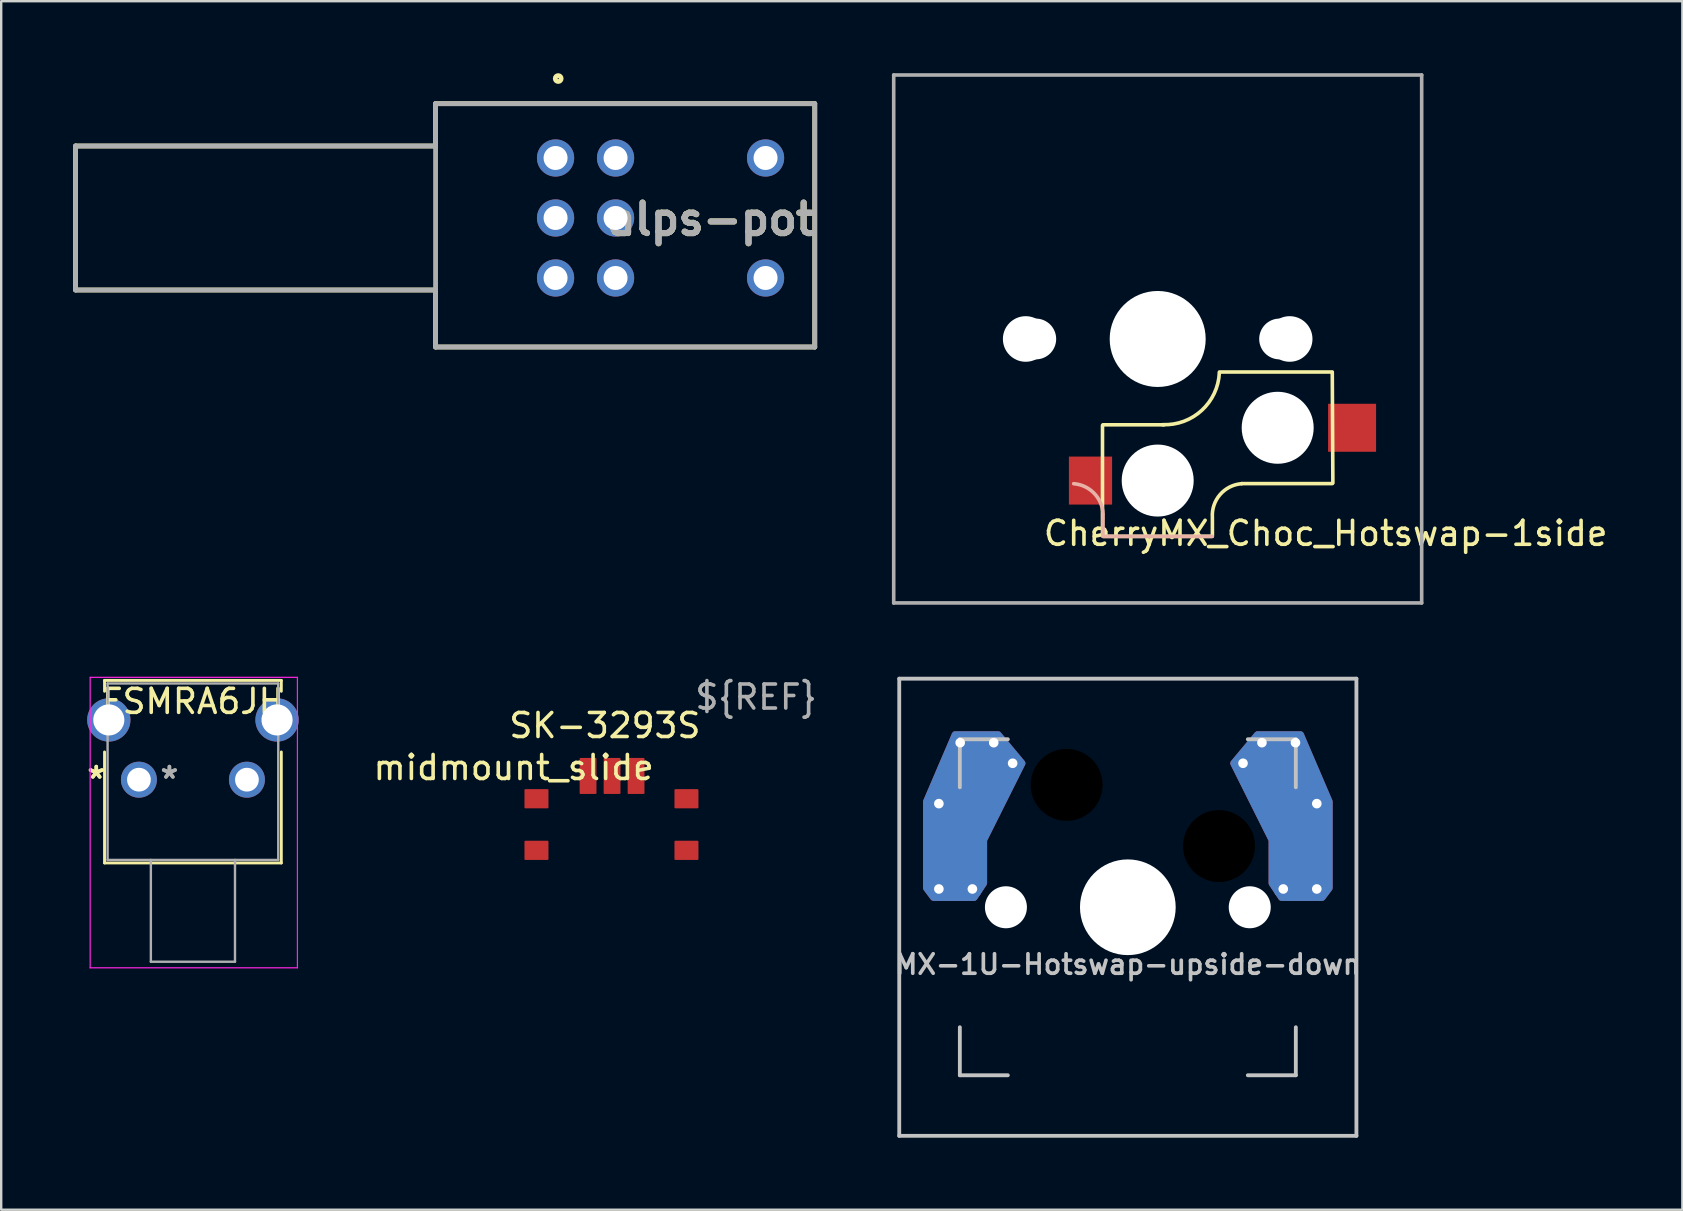
<source format=kicad_pcb>
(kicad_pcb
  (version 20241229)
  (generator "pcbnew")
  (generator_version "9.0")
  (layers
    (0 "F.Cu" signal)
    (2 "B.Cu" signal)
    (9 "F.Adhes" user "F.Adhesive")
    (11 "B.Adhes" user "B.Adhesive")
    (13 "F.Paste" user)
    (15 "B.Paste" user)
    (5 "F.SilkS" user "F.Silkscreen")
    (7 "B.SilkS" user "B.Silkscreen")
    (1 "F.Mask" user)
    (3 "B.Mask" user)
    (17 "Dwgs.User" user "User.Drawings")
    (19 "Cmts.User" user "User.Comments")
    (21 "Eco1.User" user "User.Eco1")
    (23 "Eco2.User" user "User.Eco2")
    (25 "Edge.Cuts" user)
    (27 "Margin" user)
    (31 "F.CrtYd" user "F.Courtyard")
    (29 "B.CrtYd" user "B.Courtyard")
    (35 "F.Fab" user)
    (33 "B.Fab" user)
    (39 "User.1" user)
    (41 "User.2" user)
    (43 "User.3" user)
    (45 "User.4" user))
  (footprint "CherryMX_Choc_Hotswap-1side"
    (layer "F.Cu")
    (at 45.19 11.075)
    (property "Reference" "CherryMX_Choc_Hotswap-1side" (at 7 8.1 0) (layer "F.SilkS") (effects (font (size 1 1) (thickness 0.15))))
    (attr through_hole)
    (fp_line (start -2.3 3.6) (end -2.3 8.2) (stroke (width 0.15) (type solid)) (layer "F.SilkS"))
    (fp_line (start -2.275 3.575) (end 0.275 3.575) (stroke (width 0.15) (type solid)) (layer "F.SilkS"))
    (fp_line (start -2.275 8.225) (end 2.275 8.225) (stroke (width 0.15) (type solid)) (layer "F.SilkS"))
    (fp_line (start 2.28 7.5) (end 2.28 8.2) (stroke (width 0.15) (type solid)) (layer "F.SilkS"))
    (fp_line (start 2.575 1.375) (end 7.275 1.375) (stroke (width 0.15) (type solid)) (layer "F.SilkS"))
    (fp_line (start 3.5 6.025) (end 7.275 6.025) (stroke (width 0.15) (type solid)) (layer "F.SilkS"))
    (fp_line (start 7.275 1.4) (end 7.3 6) (stroke (width 0.15) (type solid)) (layer "F.SilkS"))
    (fp_arc (start 2.28 7.45) (mid 2.595908 6.48733) (end 3.5 6.03) (stroke (width 0.15) (type solid)) (layer "F.SilkS"))
    (fp_arc (start 2.57 1.4) (mid 1.834422 2.975843) (end 0.2 3.57) (stroke (width 0.15) (type solid)) (layer "F.SilkS"))
    (fp_line (start -2.28 7.5) (end -2.28 8.2) (stroke (width 0.15) (type solid)) (layer "B.SilkS"))
    (fp_line (start 2.275 8.225) (end -2.275 8.225) (stroke (width 0.15) (type solid)) (layer "B.SilkS"))
    (fp_arc (start -3.5 6.03) (mid -2.595908 6.48733) (end -2.28 7.45) (stroke (width 0.15) (type solid)) (layer "B.SilkS"))
    (fp_line (start -9 -9) (end 9 -9) (stroke (width 0.15) (type solid)) (layer "Eco2.User"))
    (fp_line (start -9 9) (end -9 -9) (stroke (width 0.15) (type solid)) (layer "Eco2.User"))
    (fp_line (start -7 -7) (end 7 -7) (stroke (width 0.15) (type solid)) (layer "Eco2.User"))
    (fp_line (start -7 7) (end -7 -7) (stroke (width 0.15) (type solid)) (layer "Eco2.User"))
    (fp_line (start 7 -7) (end 7 7) (stroke (width 0.15) (type solid)) (layer "Eco2.User"))
    (fp_line (start 7 7) (end -7 7) (stroke (width 0.15) (type solid)) (layer "Eco2.User"))
    (fp_line (start 9 -9) (end 9 9) (stroke (width 0.15) (type solid)) (layer "Eco2.User"))
    (fp_line (start 9 9) (end -9 9) (stroke (width 0.15) (type solid)) (layer "Eco2.User"))
    (fp_line (start -11 -11) (end -11 11) (stroke (width 0.15) (type solid)) (layer "F.Fab"))
    (fp_line (start -11 11) (end 11 11) (stroke (width 0.15) (type solid)) (layer "F.Fab"))
    (fp_line (start 11 -11) (end -11 -11) (stroke (width 0.15) (type solid)) (layer "F.Fab"))
    (fp_line (start 11 11) (end 11 -11) (stroke (width 0.15) (type solid)) (layer "F.Fab"))
    (pad "" np_thru_hole circle (at -5.5 0 90) (size 1.9 1.9) (drill 1.9) (layers "*.Cu" "*.Mask"))
    (pad "" np_thru_hole circle (at -5.08 0) (size 1.7 1.7) (drill 1.7) (layers "*.Cu" "*.Mask"))
    (pad "" np_thru_hole circle (at 0 0 90) (size 4 4) (drill 4) (layers "*.Cu" "*.Mask"))
    (pad "" np_thru_hole circle (at 0 5.9 90) (size 3 3) (drill 3) (layers "*.Cu" "*.Mask"))
    (pad "" np_thru_hole circle (at 5 3.7 270) (size 3 3) (drill 3) (layers "*.Cu" "*.Mask"))
    (pad "" np_thru_hole circle (at 5.08 0) (size 1.7 1.7) (drill 1.7) (layers "*.Cu" "*.Mask"))
    (pad "" np_thru_hole circle (at 5.5 0 90) (size 1.9 1.9) (drill 1.9) (layers "*.Cu" "*.Mask"))
    (pad "1" smd rect (at -2.8 5.9 180) (size 1.8 2) (layers "F.Cu" "F.Mask" "F.Paste"))
    (pad "2" smd rect (at 8.1 3.7 180) (size 2 2) (layers "F.Cu" "F.Mask" "F.Paste")))
  (footprint "midmount_slide"
    (layer "F.Cu")
    (at 21.104 28.783)
    (property "Reference" "midmount_slide" (at -2.75 0.15 0) (unlocked yes) (layer "F.SilkS") (effects (font (size 1 1) (thickness 0.15))))
    (attr smd)
    (fp_line (start -1.25 2.1) (end -1.25 1.3) (stroke (width 0.1) (type solid)) (layer "User.1"))
    (fp_line (start -1.25 2.1) (end -1.25 4) (stroke (width 0.1) (type solid)) (layer "User.1"))
    (fp_line (start -1.25 4) (end 3.9 4) (stroke (width 0.1) (type solid)) (layer "User.1"))
    (fp_line (start 1.35 1.3) (end -1.25 1.3) (stroke (width 0.1) (type solid)) (layer "User.1"))
    (fp_line (start 1.35 1.3) (end 3.9 1.3) (stroke (width 0.1) (type solid)) (layer "User.1"))
    (fp_line (start 3.9 1.3) (end 3.9 1.35) (stroke (width 0.1) (type solid)) (layer "User.1"))
    (fp_line (start 3.9 2.575) (end 3.9 1.325) (stroke (width 0.1) (type solid)) (layer "User.1"))
    (fp_line (start 3.9 2.6) (end 3.9 4) (stroke (width 0.1) (type solid)) (layer "User.1"))
    (fp_text user "SK-3293S" (at 1.05 -1.6 0) (unlocked yes) (layer "F.SilkS") (effects (font (size 1 1) (thickness 0.15))))
    (fp_text user "${REF}" (at 7.35 -2.785 0) (unlocked yes) (layer "F.Fab") (effects (font (size 1 1) (thickness 0.15))))
    (pad "1" smd roundrect (at 0.35 0.5 180) (size 0.7 1.5) (layers "F.Cu" "F.Mask" "F.Paste") (roundrect_rratio 0.05))
    (pad "2" smd roundrect (at 1.35 0.5 180) (size 0.7 1.5) (layers "F.Cu" "F.Mask" "F.Paste") (roundrect_rratio 0.05))
    (pad "3" smd roundrect (at 2.35 0.5 180) (size 0.7 1.5) (layers "F.Cu" "F.Mask" "F.Paste") (roundrect_rratio 0.05))
    (pad "4" smd roundrect (at -1.8 1.45) (size 1 0.8) (layers "F.Cu" "F.Mask" "F.Paste") (roundrect_rratio 0.05))
    (pad "4" smd roundrect (at -1.8 3.6) (size 1 0.8) (layers "F.Cu" "F.Mask" "F.Paste") (roundrect_rratio 0.05))
    (pad "4" smd roundrect (at 4.45 1.45) (size 1 0.8) (layers "F.Cu" "F.Mask" "F.Paste") (roundrect_rratio 0.05))
    (pad "4" smd roundrect (at 4.45 3.6) (size 1 0.8) (layers "F.Cu" "F.Mask" "F.Paste") (roundrect_rratio 0.05)))
  (footprint "MX-1U-Hotswap-upside-down"
    (layer "F.Cu")
    (at 43.946 34.755)
    (property "Reference" "MX-1U-Hotswap-upside-down" (at 0 2.381 0) (layer "Dwgs.User") (effects (font (size 0.813 0.813) (thickness 0.152))))
    (attr through_hole)
    (fp_line (start -9.525 -9.525) (end 9.525 -9.525) (stroke (width 0.16) (type solid)) (layer "Dwgs.User"))
    (fp_line (start -9.525 9.525) (end -9.525 -9.525) (stroke (width 0.16) (type solid)) (layer "Dwgs.User"))
    (fp_line (start -7 -7) (end -7 -5) (stroke (width 0.16) (type solid)) (layer "Dwgs.User"))
    (fp_line (start -7 5) (end -7 7) (stroke (width 0.16) (type solid)) (layer "Dwgs.User"))
    (fp_line (start -7 7) (end -5 7) (stroke (width 0.16) (type solid)) (layer "Dwgs.User"))
    (fp_line (start -5 -7) (end -7 -7) (stroke (width 0.16) (type solid)) (layer "Dwgs.User"))
    (fp_line (start 5 -7) (end 7 -7) (stroke (width 0.16) (type solid)) (layer "Dwgs.User"))
    (fp_line (start 5 7) (end 7 7) (stroke (width 0.16) (type solid)) (layer "Dwgs.User"))
    (fp_line (start 7 -7) (end 7 -5) (stroke (width 0.16) (type solid)) (layer "Dwgs.User"))
    (fp_line (start 7 7) (end 7 5) (stroke (width 0.16) (type solid)) (layer "Dwgs.User"))
    (fp_line (start 9.525 -9.525) (end 9.525 9.525) (stroke (width 0.16) (type solid)) (layer "Dwgs.User"))
    (fp_line (start 9.525 9.525) (end -9.525 9.525) (stroke (width 0.16) (type solid)) (layer "Dwgs.User"))
    (fp_line (start -1.191 -1.191) (end 1.191 1.191) (stroke (width 0.16) (type solid)) (layer "Cmts.User"))
    (fp_line (start -1.191 1.191) (end 1.191 -1.191) (stroke (width 0.16) (type solid)) (layer "Cmts.User"))
    (pad "" np_thru_hole circle (at -5.08 0 48) (size 1.75 1.75) (drill 1.75) (layers "*.Cu" "*.Mask"))
    (pad "" np_thru_hole circle (at -2.55 -5.1) (size 3 3) (drill 3) (layers "*.Mask"))
    (pad "" np_thru_hole circle (at 0 0) (size 3.988 3.988) (drill 3.988) (layers "*.Cu" "*.Mask"))
    (pad "" np_thru_hole circle (at 3.8 -2.55) (size 3 3) (drill 3) (layers "*.Mask"))
    (pad "" np_thru_hole circle (at 5.08 0 48) (size 1.75 1.75) (drill 1.75) (layers "*.Cu" "*.Mask"))
    (pad "1" thru_hole circle (at -7.874 -4.318) (size 0.8 0.8) (drill 0.4) (layers "*.Cu"))
    (pad "1" thru_hole circle (at -7.874 -0.762) (size 0.8 0.8) (drill 0.4) (layers "*.Cu"))
    (pad "1" smd custom (at -7.285 -2.54 180) (size 2.35 2.5) (layers "B.Cu") (options (anchor rect)) (primitives (gr_poly (pts (xy 1.115 -1.74) (xy 1.115 1.86) (xy -0.085 4.66) (xy -1.885 4.66) (xy -2.885 3.46) (xy -1.285 0.26) (xy -1.285 -1.54) (xy -0.885 -2.14) (xy 0.815 -2.14)) (width 0.27) (fill yes))))
    (pad "1" smd rect (at -7.2 -2.54 180) (size 2.35 2.5) (layers "B.Cu" "B.Mask" "B.Paste"))
    (pad "1" thru_hole circle (at -6.985 -6.858) (size 0.8 0.8) (drill 0.4) (layers "*.Cu"))
    (pad "1" smd custom (at -6.499 -5.067 180) (size 2.15 2.5) (layers "F.Cu") (options (anchor rect)) (primitives (gr_poly (pts (xy 1.901 -4.267) (xy 1.901 -0.667) (xy 0.701 2.133) (xy -1.099 2.133) (xy -2.099 0.933) (xy -0.499 -2.267) (xy -0.499 -4.067) (xy -0.099 -4.667) (xy 1.601 -4.667)) (width 0.27) (fill yes))))
    (pad "1" thru_hole circle (at -6.477 -0.762) (size 0.8 0.8) (drill 0.4) (layers "*.Cu"))
    (pad "1" smd rect (at -6.399 -5.067 180) (size 2.15 2.5) (layers "F.Cu" "F.Mask" "F.Paste"))
    (pad "1" thru_hole circle (at -5.588 -6.858) (size 0.8 0.8) (drill 0.4) (layers "*.Cu"))
    (pad "1" thru_hole circle (at -4.8 -6) (size 0.8 0.8) (drill 0.4) (layers "*.Cu"))
    (pad "2" thru_hole circle (at 4.8 -6) (size 0.8 0.8) (drill 0.4) (layers "*.Cu"))
    (pad "2" thru_hole circle (at 5.588 -6.858) (size 0.8 0.8) (drill 0.4) (layers "*.Cu"))
    (pad "2" smd rect (at 6.425 -5.067) (size 2.15 2.5) (layers "B.Cu" "B.Mask" "B.Paste"))
    (pad "2" smd custom (at 6.425 -5.067 180) (size 2.15 2.5) (layers "B.Cu") (options (anchor rect)) (primitives (gr_poly (pts (xy 0.425 -4.067) (xy 0.425 -2.267) (xy 2.025 0.933) (xy 1.025 2.133) (xy -0.775 2.133) (xy -1.975 -0.667) (xy -1.975 -4.267) (xy -1.675 -4.667) (xy 0.025 -4.667)) (width 0.27) (fill yes))))
    (pad "2" thru_hole circle (at 6.477 -0.762) (size 0.8 0.8) (drill 0.4) (layers "*.Cu"))
    (pad "2" thru_hole circle (at 6.985 -6.858) (size 0.8 0.8) (drill 0.4) (layers "*.Cu"))
    (pad "2" smd rect (at 7.212 -2.54) (size 2.35 2.5) (layers "F.Cu" "F.Mask" "F.Paste"))
    (pad "2" smd custom (at 7.212 -2.54 180) (size 2.35 2.5) (layers "F.Cu") (options (anchor rect)) (primitives (gr_poly (pts (xy 1.212 -1.54) (xy 1.212 0.26) (xy 2.812 3.46) (xy 1.812 4.66) (xy 0.012 4.66) (xy -1.188 1.86) (xy -1.188 -1.74) (xy -0.888 -2.14) (xy 0.812 -2.14)) (width 0.27) (fill yes))))
    (pad "2" thru_hole circle (at 7.874 -4.318) (size 0.8 0.8) (drill 0.4) (layers "*.Cu"))
    (pad "2" thru_hole circle (at 7.874 -0.762) (size 0.8 0.8) (drill 0.4) (layers "*.Cu")))
  (footprint "alps-pot"
    (layer "F.Cu")
    (at 15.1 6.033 180)
    (property "Reference" "alps-pot" (at -11.467 -0.054 0) (layer "F.SilkS") (effects (font (size 1.27 1.27) (thickness 0.254))))
    (attr through_hole)
    (fp_line (start 15 3) (end 15 -3) (stroke (width 0.2) (type solid)) (layer "F.SilkS"))
    (fp_line (start 15 -3) (end 0 -3) (stroke (width 0.2) (type solid)) (layer "F.SilkS"))
    (fp_line (start 0 4.764) (end 0 3) (stroke (width 0.2) (type solid)) (layer "F.SilkS"))
    (fp_line (start 0 3) (end 15 3) (stroke (width 0.2) (type solid)) (layer "F.SilkS"))
    (fp_line (start 0 -3) (end 0 -5.377) (stroke (width 0.2) (type solid)) (layer "F.SilkS"))
    (fp_line (start 0 -5.377) (end -15.8 -5.377) (stroke (width 0.2) (type solid)) (layer "F.SilkS"))
    (fp_line (start -15.8 4.764) (end 0 4.764) (stroke (width 0.2) (type solid)) (layer "F.SilkS"))
    (fp_line (start -15.8 -5.377) (end -15.8 4.764) (stroke (width 0.2) (type solid)) (layer "F.SilkS"))
    (fp_circle (center -5.11 5.81) (end -5.11 5.933) (stroke (width 0.2) (type solid)) (fill no) (layer "F.SilkS"))
    (fp_line (start 15 3) (end 0 3) (stroke (width 0.2) (type solid)) (layer "F.Fab"))
    (fp_line (start 15 -3) (end 15 3) (stroke (width 0.2) (type solid)) (layer "F.Fab"))
    (fp_line (start 0 4.764) (end -15.8 4.764) (stroke (width 0.2) (type solid)) (layer "F.Fab"))
    (fp_line (start 0 -3) (end 15 -3) (stroke (width 0.2) (type solid)) (layer "F.Fab"))
    (fp_line (start 0 -5.377) (end 0 4.764) (stroke (width 0.2) (type solid)) (layer "F.Fab"))
    (fp_line (start -15.8 4.764) (end -15.8 -5.377) (stroke (width 0.2) (type solid)) (layer "F.Fab"))
    (fp_line (start -15.8 -5.377) (end 0 -5.377) (stroke (width 0.2) (type solid)) (layer "F.Fab"))
    (fp_text user "${REFERENCE}" (at -11.467 -0.054 0) (layer "F.Fab") (effects (font (size 1.27 1.27) (thickness 0.254))))
    (pad "1" thru_hole circle (at -5 2.5 180) (size 1.55 1.55) (drill 1) (layers "*.Cu" "*.Mask"))
    (pad "2" thru_hole circle (at -5 0 180) (size 1.55 1.55) (drill 1) (layers "*.Cu" "*.Mask"))
    (pad "3" thru_hole circle (at -5 -2.5 180) (size 1.55 1.55) (drill 1) (layers "*.Cu" "*.Mask"))
    (pad "4" thru_hole circle (at -7.5 2.5 180) (size 1.55 1.55) (drill 1) (layers "*.Cu" "*.Mask"))
    (pad "5" thru_hole circle (at -7.5 0 180) (size 1.55 1.55) (drill 1) (layers "*.Cu" "*.Mask"))
    (pad "6" thru_hole circle (at -7.5 -2.5 180) (size 1.55 1.55) (drill 1) (layers "*.Cu" "*.Mask"))
    (pad "7" thru_hole circle (at -13.75 2.5 180) (size 1.55 1.55) (drill 1) (layers "*.Cu" "*.Mask"))
    (pad "8" thru_hole circle (at -13.75 -2.5 180) (size 1.55 1.55) (drill 1) (layers "*.Cu" "*.Mask")))
  (footprint "FSMRA6JH"
    (layer "F.Cu")
    (at 2.739 29.439)
    (property "Reference" "FSMRA6JH" (at 2.25 -3.261 0) (layer "F.SilkS") (effects (font (size 1 1) (thickness 0.15))))
    (attr through_hole)
    (fp_line (start -1.433 -4.137) (end -1.433 -3.683) (stroke (width 0.12) (type solid)) (layer "F.SilkS"))
    (fp_line (start -1.433 -1.156) (end -1.433 3.47) (stroke (width 0.12) (type solid)) (layer "F.SilkS"))
    (fp_line (start -1.433 3.47) (end 5.933 3.47) (stroke (width 0.12) (type solid)) (layer "F.SilkS"))
    (fp_line (start 5.933 -4.137) (end -1.433 -4.137) (stroke (width 0.12) (type solid)) (layer "F.SilkS"))
    (fp_line (start 5.933 -3.683) (end 5.933 -4.137) (stroke (width 0.12) (type solid)) (layer "F.SilkS"))
    (fp_line (start 5.933 3.47) (end 5.933 -1.156) (stroke (width 0.12) (type solid)) (layer "F.SilkS"))
    (fp_line (start -2.032 -4.264) (end -2.032 7.839) (stroke (width 0.05) (type solid)) (layer "F.CrtYd"))
    (fp_line (start -2.032 7.839) (end 6.604 7.839) (stroke (width 0.05) (type solid)) (layer "F.CrtYd"))
    (fp_line (start 6.604 -4.264) (end -2.032 -4.264) (stroke (width 0.05) (type solid)) (layer "F.CrtYd"))
    (fp_line (start 6.604 7.839) (end 6.604 -4.264) (stroke (width 0.05) (type solid)) (layer "F.CrtYd"))
    (fp_line (start -1.306 -4.01) (end -1.306 3.343) (stroke (width 0.1) (type solid)) (layer "F.Fab"))
    (fp_line (start -1.306 3.343) (end 5.806 3.343) (stroke (width 0.1) (type solid)) (layer "F.Fab"))
    (fp_line (start 0.497 3.343) (end 0.497 7.585) (stroke (width 0.1) (type solid)) (layer "F.Fab"))
    (fp_line (start 0.497 7.585) (end 4.003 7.585) (stroke (width 0.1) (type solid)) (layer "F.Fab"))
    (fp_line (start 4.003 3.343) (end 4.003 7.585) (stroke (width 0.1) (type solid)) (layer "F.Fab"))
    (fp_line (start 5.806 -4.01) (end -1.306 -4.01) (stroke (width 0.1) (type solid)) (layer "F.Fab"))
    (fp_line (start 5.806 3.343) (end 5.806 -4.01) (stroke (width 0.1) (type solid)) (layer "F.Fab"))
    (fp_text user "*" (at -1.778 0 0) (layer "F.SilkS") (effects (font (size 1 1) (thickness 0.15))))
    (fp_text user "*" (at -1.778 0 0) (layer "F.SilkS") (effects (font (size 1 1) (thickness 0.15))))
    (fp_text user "Copyright 2021 Accelerated Designs. All rights reserved." (at 0 0 0) (layer "Cmts.User") (effects (font (size 0.127 0.127) (thickness 0.002))))
    (fp_text user "*" (at 1.27 0 0) (layer "F.Fab") (effects (font (size 1 1) (thickness 0.15))))
    (fp_text user "*" (at 1.27 0 0) (layer "F.Fab") (effects (font (size 1 1) (thickness 0.15))))
    (pad "1" thru_hole circle (at 0 0) (size 1.499 1.499) (drill 0.991) (layers "*.Cu" "*.Mask"))
    (pad "2" thru_hole circle (at 4.5 0) (size 1.499 1.499) (drill 0.991) (layers "*.Cu" "*.Mask"))
    (pad "3" thru_hole circle (at -1.255 -2.49) (size 1.803 1.803) (drill 1.295) (layers "*.Cu" "*.Mask"))
    (pad "4" thru_hole circle (at 5.755 -2.49) (size 1.803 1.803) (drill 1.295) (layers "*.Cu" "*.Mask")))
  (gr_rect
    (start -3 -3)
    (end 67.053 47.36)
    (stroke (width 0.1) (type default))
    (fill no)
    (layer "Edge.Cuts")))
</source>
